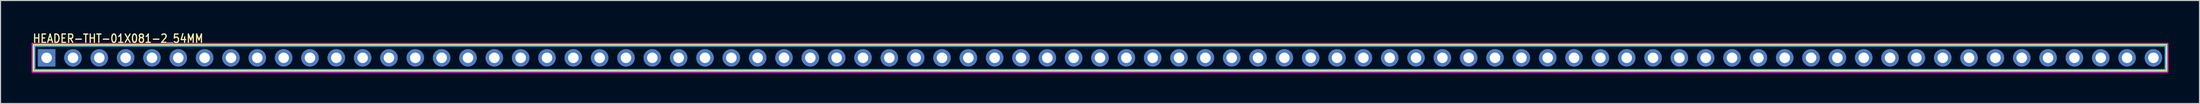
<source format=kicad_pcb>
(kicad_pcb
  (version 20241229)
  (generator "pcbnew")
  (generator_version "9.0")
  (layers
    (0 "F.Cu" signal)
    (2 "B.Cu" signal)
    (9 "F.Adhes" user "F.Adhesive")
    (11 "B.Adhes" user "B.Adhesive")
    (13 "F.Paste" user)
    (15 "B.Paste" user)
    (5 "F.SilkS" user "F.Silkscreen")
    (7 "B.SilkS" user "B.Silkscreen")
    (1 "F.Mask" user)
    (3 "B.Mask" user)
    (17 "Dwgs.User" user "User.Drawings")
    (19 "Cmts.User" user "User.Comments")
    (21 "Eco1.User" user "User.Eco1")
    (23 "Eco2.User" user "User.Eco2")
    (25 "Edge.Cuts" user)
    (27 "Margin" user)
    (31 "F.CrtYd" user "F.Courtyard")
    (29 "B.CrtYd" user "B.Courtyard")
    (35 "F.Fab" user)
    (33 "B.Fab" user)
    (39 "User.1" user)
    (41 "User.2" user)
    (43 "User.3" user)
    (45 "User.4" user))
  (footprint "HEADER-THT-01X081-2_54MM"
    (layer "F.Cu")
    (at 1.447 2.579)
    (property "Reference" "HEADER-THT-01X081-2_54MM" (at -1.4 -1.4 0) (unlocked yes) (layer "F.SilkS") (effects (font (size 0.813 0.695) (thickness 0.122)) (justify left bottom)))
    (fp_line (start -1.27 -1.27) (end -1.27 1.27) (stroke (width 0.127) (type solid)) (layer "F.SilkS"))
    (fp_line (start -1.27 1.27) (end 204.47 1.27) (stroke (width 0.127) (type solid)) (layer "F.SilkS"))
    (fp_line (start 204.47 -1.27) (end -1.27 -1.27) (stroke (width 0.127) (type solid)) (layer "F.SilkS"))
    (fp_line (start 204.47 1.27) (end 204.47 -1.27) (stroke (width 0.127) (type solid)) (layer "F.SilkS"))
    (fp_poly (pts (xy -1.143 -1.143) (xy 204.343 -1.143) (xy 204.343 1.143) (xy -1.143 1.143)) (stroke (width 0.1) (type solid)) (fill no) (layer "B.CrtYd"))
    (fp_poly (pts (xy -1.397 -1.397) (xy 204.597 -1.397) (xy 204.597 1.397) (xy -1.397 1.397)) (stroke (width 0.1) (type solid)) (fill no) (layer "F.CrtYd"))
    (pad "1" thru_hole rect (at 0 0) (size 1.693 1.693) (drill 1.016) (layers "*.Cu" "*.Mask"))
    (pad "2" thru_hole oval (at 2.54 0) (size 1.693 1.693) (drill 1.016) (layers "*.Cu" "*.Mask"))
    (pad "3" thru_hole oval (at 5.08 0) (size 1.693 1.693) (drill 1.016) (layers "*.Cu" "*.Mask"))
    (pad "4" thru_hole oval (at 7.62 0) (size 1.693 1.693) (drill 1.016) (layers "*.Cu" "*.Mask"))
    (pad "5" thru_hole oval (at 10.16 0) (size 1.693 1.693) (drill 1.016) (layers "*.Cu" "*.Mask"))
    (pad "6" thru_hole oval (at 12.7 0) (size 1.693 1.693) (drill 1.016) (layers "*.Cu" "*.Mask"))
    (pad "7" thru_hole oval (at 15.24 0) (size 1.693 1.693) (drill 1.016) (layers "*.Cu" "*.Mask"))
    (pad "8" thru_hole oval (at 17.78 0) (size 1.693 1.693) (drill 1.016) (layers "*.Cu" "*.Mask"))
    (pad "9" thru_hole oval (at 20.32 0) (size 1.693 1.693) (drill 1.016) (layers "*.Cu" "*.Mask"))
    (pad "10" thru_hole oval (at 22.86 0) (size 1.693 1.693) (drill 1.016) (layers "*.Cu" "*.Mask"))
    (pad "11" thru_hole oval (at 25.4 0) (size 1.693 1.693) (drill 1.016) (layers "*.Cu" "*.Mask"))
    (pad "12" thru_hole oval (at 27.94 0) (size 1.693 1.693) (drill 1.016) (layers "*.Cu" "*.Mask"))
    (pad "13" thru_hole oval (at 30.48 0) (size 1.693 1.693) (drill 1.016) (layers "*.Cu" "*.Mask"))
    (pad "14" thru_hole oval (at 33.02 0) (size 1.693 1.693) (drill 1.016) (layers "*.Cu" "*.Mask"))
    (pad "15" thru_hole oval (at 35.56 0) (size 1.693 1.693) (drill 1.016) (layers "*.Cu" "*.Mask"))
    (pad "16" thru_hole oval (at 38.1 0) (size 1.693 1.693) (drill 1.016) (layers "*.Cu" "*.Mask"))
    (pad "17" thru_hole oval (at 40.64 0) (size 1.693 1.693) (drill 1.016) (layers "*.Cu" "*.Mask"))
    (pad "18" thru_hole oval (at 43.18 0) (size 1.693 1.693) (drill 1.016) (layers "*.Cu" "*.Mask"))
    (pad "19" thru_hole oval (at 45.72 0) (size 1.693 1.693) (drill 1.016) (layers "*.Cu" "*.Mask"))
    (pad "20" thru_hole oval (at 48.26 0) (size 1.693 1.693) (drill 1.016) (layers "*.Cu" "*.Mask"))
    (pad "21" thru_hole oval (at 50.8 0) (size 1.693 1.693) (drill 1.016) (layers "*.Cu" "*.Mask"))
    (pad "22" thru_hole oval (at 53.34 0) (size 1.693 1.693) (drill 1.016) (layers "*.Cu" "*.Mask"))
    (pad "23" thru_hole oval (at 55.88 0) (size 1.693 1.693) (drill 1.016) (layers "*.Cu" "*.Mask"))
    (pad "24" thru_hole oval (at 58.42 0) (size 1.693 1.693) (drill 1.016) (layers "*.Cu" "*.Mask"))
    (pad "25" thru_hole oval (at 60.96 0) (size 1.693 1.693) (drill 1.016) (layers "*.Cu" "*.Mask"))
    (pad "26" thru_hole oval (at 63.5 0) (size 1.693 1.693) (drill 1.016) (layers "*.Cu" "*.Mask"))
    (pad "27" thru_hole oval (at 66.04 0) (size 1.693 1.693) (drill 1.016) (layers "*.Cu" "*.Mask"))
    (pad "28" thru_hole oval (at 68.58 0) (size 1.693 1.693) (drill 1.016) (layers "*.Cu" "*.Mask"))
    (pad "29" thru_hole oval (at 71.12 0) (size 1.693 1.693) (drill 1.016) (layers "*.Cu" "*.Mask"))
    (pad "30" thru_hole oval (at 73.66 0) (size 1.693 1.693) (drill 1.016) (layers "*.Cu" "*.Mask"))
    (pad "31" thru_hole oval (at 76.2 0) (size 1.693 1.693) (drill 1.016) (layers "*.Cu" "*.Mask"))
    (pad "32" thru_hole oval (at 78.74 0) (size 1.693 1.693) (drill 1.016) (layers "*.Cu" "*.Mask"))
    (pad "33" thru_hole oval (at 81.28 0) (size 1.693 1.693) (drill 1.016) (layers "*.Cu" "*.Mask"))
    (pad "34" thru_hole oval (at 83.82 0) (size 1.693 1.693) (drill 1.016) (layers "*.Cu" "*.Mask"))
    (pad "35" thru_hole oval (at 86.36 0) (size 1.693 1.693) (drill 1.016) (layers "*.Cu" "*.Mask"))
    (pad "36" thru_hole oval (at 88.9 0) (size 1.693 1.693) (drill 1.016) (layers "*.Cu" "*.Mask"))
    (pad "37" thru_hole oval (at 91.44 0) (size 1.693 1.693) (drill 1.016) (layers "*.Cu" "*.Mask"))
    (pad "38" thru_hole oval (at 93.98 0) (size 1.693 1.693) (drill 1.016) (layers "*.Cu" "*.Mask"))
    (pad "39" thru_hole oval (at 96.52 0) (size 1.693 1.693) (drill 1.016) (layers "*.Cu" "*.Mask"))
    (pad "40" thru_hole oval (at 99.06 0) (size 1.693 1.693) (drill 1.016) (layers "*.Cu" "*.Mask"))
    (pad "41" thru_hole oval (at 101.6 0) (size 1.693 1.693) (drill 1.016) (layers "*.Cu" "*.Mask"))
    (pad "42" thru_hole oval (at 104.14 0) (size 1.693 1.693) (drill 1.016) (layers "*.Cu" "*.Mask"))
    (pad "43" thru_hole oval (at 106.68 0) (size 1.693 1.693) (drill 1.016) (layers "*.Cu" "*.Mask"))
    (pad "44" thru_hole oval (at 109.22 0) (size 1.693 1.693) (drill 1.016) (layers "*.Cu" "*.Mask"))
    (pad "45" thru_hole oval (at 111.76 0) (size 1.693 1.693) (drill 1.016) (layers "*.Cu" "*.Mask"))
    (pad "46" thru_hole oval (at 114.3 0) (size 1.693 1.693) (drill 1.016) (layers "*.Cu" "*.Mask"))
    (pad "47" thru_hole oval (at 116.84 0) (size 1.693 1.693) (drill 1.016) (layers "*.Cu" "*.Mask"))
    (pad "48" thru_hole oval (at 119.38 0) (size 1.693 1.693) (drill 1.016) (layers "*.Cu" "*.Mask"))
    (pad "49" thru_hole oval (at 121.92 0) (size 1.693 1.693) (drill 1.016) (layers "*.Cu" "*.Mask"))
    (pad "50" thru_hole oval (at 124.46 0) (size 1.693 1.693) (drill 1.016) (layers "*.Cu" "*.Mask"))
    (pad "51" thru_hole oval (at 127 0) (size 1.693 1.693) (drill 1.016) (layers "*.Cu" "*.Mask"))
    (pad "52" thru_hole oval (at 129.54 0) (size 1.693 1.693) (drill 1.016) (layers "*.Cu" "*.Mask"))
    (pad "53" thru_hole oval (at 132.08 0) (size 1.693 1.693) (drill 1.016) (layers "*.Cu" "*.Mask"))
    (pad "54" thru_hole oval (at 134.62 0) (size 1.693 1.693) (drill 1.016) (layers "*.Cu" "*.Mask"))
    (pad "55" thru_hole oval (at 137.16 0) (size 1.693 1.693) (drill 1.016) (layers "*.Cu" "*.Mask"))
    (pad "56" thru_hole oval (at 139.7 0) (size 1.693 1.693) (drill 1.016) (layers "*.Cu" "*.Mask"))
    (pad "57" thru_hole oval (at 142.24 0) (size 1.693 1.693) (drill 1.016) (layers "*.Cu" "*.Mask"))
    (pad "58" thru_hole oval (at 144.78 0) (size 1.693 1.693) (drill 1.016) (layers "*.Cu" "*.Mask"))
    (pad "59" thru_hole oval (at 147.32 0) (size 1.693 1.693) (drill 1.016) (layers "*.Cu" "*.Mask"))
    (pad "60" thru_hole oval (at 149.86 0) (size 1.693 1.693) (drill 1.016) (layers "*.Cu" "*.Mask"))
    (pad "61" thru_hole oval (at 152.4 0) (size 1.693 1.693) (drill 1.016) (layers "*.Cu" "*.Mask"))
    (pad "62" thru_hole oval (at 154.94 0) (size 1.693 1.693) (drill 1.016) (layers "*.Cu" "*.Mask"))
    (pad "63" thru_hole oval (at 157.48 0) (size 1.693 1.693) (drill 1.016) (layers "*.Cu" "*.Mask"))
    (pad "64" thru_hole oval (at 160.02 0) (size 1.693 1.693) (drill 1.016) (layers "*.Cu" "*.Mask"))
    (pad "65" thru_hole oval (at 162.56 0) (size 1.693 1.693) (drill 1.016) (layers "*.Cu" "*.Mask"))
    (pad "66" thru_hole oval (at 165.1 0) (size 1.693 1.693) (drill 1.016) (layers "*.Cu" "*.Mask"))
    (pad "67" thru_hole oval (at 167.64 0) (size 1.693 1.693) (drill 1.016) (layers "*.Cu" "*.Mask"))
    (pad "68" thru_hole oval (at 170.18 0) (size 1.693 1.693) (drill 1.016) (layers "*.Cu" "*.Mask"))
    (pad "69" thru_hole oval (at 172.72 0) (size 1.693 1.693) (drill 1.016) (layers "*.Cu" "*.Mask"))
    (pad "70" thru_hole oval (at 175.26 0) (size 1.693 1.693) (drill 1.016) (layers "*.Cu" "*.Mask"))
    (pad "71" thru_hole oval (at 177.8 0) (size 1.693 1.693) (drill 1.016) (layers "*.Cu" "*.Mask"))
    (pad "72" thru_hole oval (at 180.34 0) (size 1.693 1.693) (drill 1.016) (layers "*.Cu" "*.Mask"))
    (pad "73" thru_hole oval (at 182.88 0) (size 1.693 1.693) (drill 1.016) (layers "*.Cu" "*.Mask"))
    (pad "74" thru_hole oval (at 185.42 0) (size 1.693 1.693) (drill 1.016) (layers "*.Cu" "*.Mask"))
    (pad "75" thru_hole oval (at 187.96 0) (size 1.693 1.693) (drill 1.016) (layers "*.Cu" "*.Mask"))
    (pad "76" thru_hole oval (at 190.5 0) (size 1.693 1.693) (drill 1.016) (layers "*.Cu" "*.Mask"))
    (pad "77" thru_hole oval (at 193.04 0) (size 1.693 1.693) (drill 1.016) (layers "*.Cu" "*.Mask"))
    (pad "78" thru_hole oval (at 195.58 0) (size 1.693 1.693) (drill 1.016) (layers "*.Cu" "*.Mask"))
    (pad "79" thru_hole oval (at 198.12 0) (size 1.693 1.693) (drill 1.016) (layers "*.Cu" "*.Mask"))
    (pad "80" thru_hole oval (at 200.66 0) (size 1.693 1.693) (drill 1.016) (layers "*.Cu" "*.Mask"))
    (pad "81" thru_hole oval (at 203.2 0) (size 1.693 1.693) (drill 1.016) (layers "*.Cu" "*.Mask")))
  (gr_rect
    (start -3 -3)
    (end 209.094 7.026)
    (stroke (width 0.1) (type default))
    (fill no)
    (layer "Edge.Cuts")))
</source>
